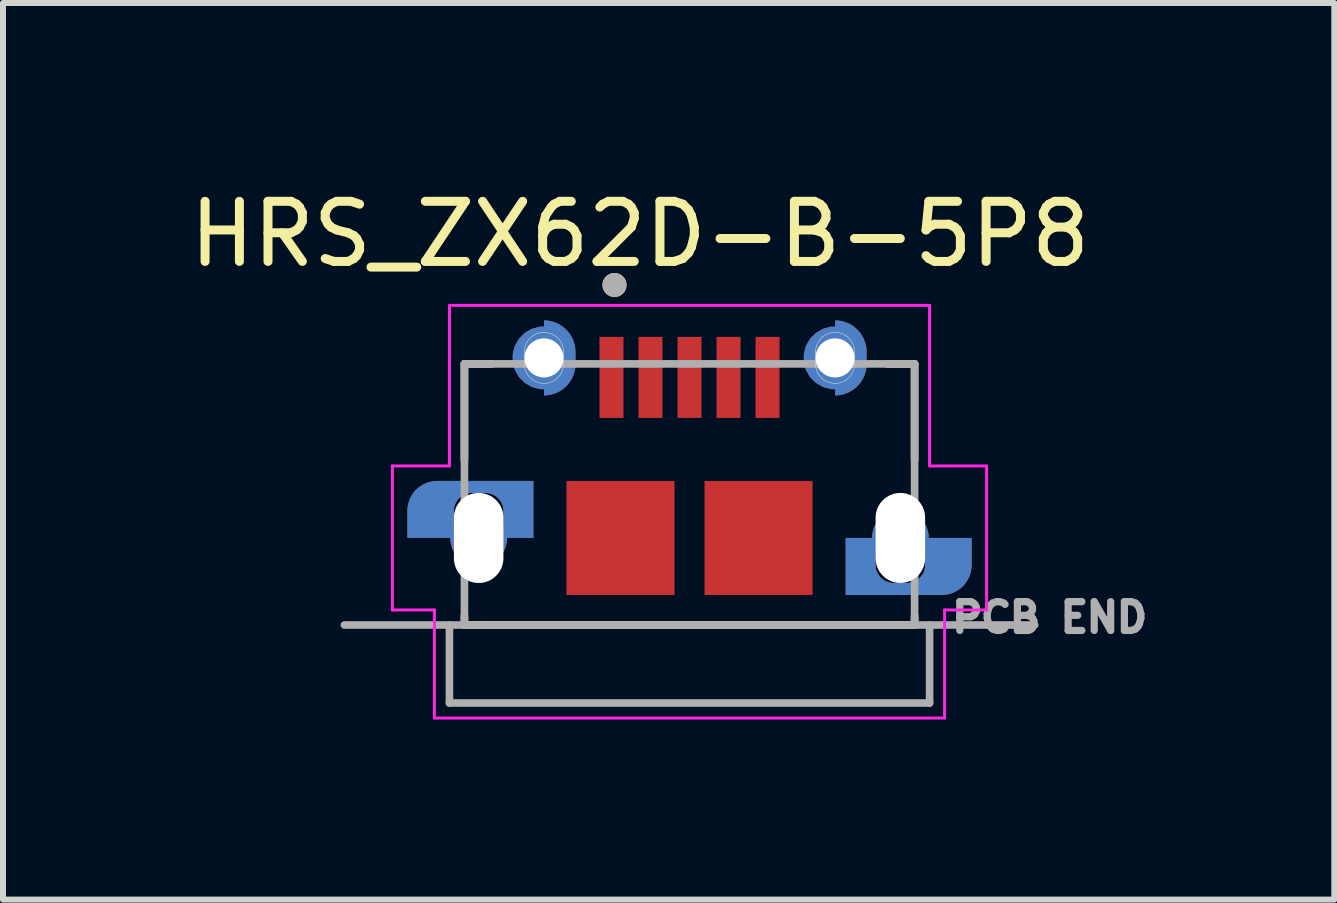
<source format=kicad_pcb>
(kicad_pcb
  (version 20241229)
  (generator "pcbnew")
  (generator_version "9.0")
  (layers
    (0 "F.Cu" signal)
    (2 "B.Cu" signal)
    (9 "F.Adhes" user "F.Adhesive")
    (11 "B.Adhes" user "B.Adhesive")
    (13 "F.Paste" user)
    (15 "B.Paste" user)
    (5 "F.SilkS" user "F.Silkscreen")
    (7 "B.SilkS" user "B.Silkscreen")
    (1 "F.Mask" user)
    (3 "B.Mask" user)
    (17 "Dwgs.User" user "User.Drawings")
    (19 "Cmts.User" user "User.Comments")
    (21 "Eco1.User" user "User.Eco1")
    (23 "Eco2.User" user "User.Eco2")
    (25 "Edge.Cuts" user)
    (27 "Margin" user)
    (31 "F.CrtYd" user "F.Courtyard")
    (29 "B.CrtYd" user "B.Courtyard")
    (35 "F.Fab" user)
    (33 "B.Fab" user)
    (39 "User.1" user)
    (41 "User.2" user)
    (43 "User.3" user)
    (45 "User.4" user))
  (footprint "HRS_ZX62D-B-5P8"
    (layer "F.Cu")
    (at 8.438 5.838)
    (property "Reference" "HRS_ZX62D-B-5P8" (at -0.826 -4.988 0) (layer "F.SilkS") (effects (font (size 1.001 1.001) (thickness 0.15))))
    (attr smd)
    (fp_poly (pts (xy -4.801 -0.975) (xy -2.5 -0.975) (xy -2.5 1.126) (xy -4.801 1.126)) (stroke (width 0.01) (type solid)) (fill yes) (layer "F.Mask"))
    (fp_poly (pts (xy -3.051 -3.65) (xy -1.8 -3.65) (xy -1.8 -2.2) (xy -3.051 -2.2)) (stroke (width 0.01) (type solid)) (fill yes) (layer "F.Mask"))
    (fp_poly (pts (xy 1.802 -3.65) (xy 3.05 -3.65) (xy 3.05 -2.2) (xy 1.802 -2.2)) (stroke (width 0.01) (type solid)) (fill yes) (layer "F.Mask"))
    (fp_poly (pts (xy 2.502 -0.975) (xy 4.8 -0.975) (xy 4.8 1.128) (xy 2.502 1.128)) (stroke (width 0.01) (type solid)) (fill yes) (layer "F.Mask"))
    (fp_poly (pts (xy -4.801 -0.975) (xy -2.5 -0.975) (xy -2.5 1.126) (xy -4.801 1.126)) (stroke (width 0.01) (type solid)) (fill yes) (layer "B.Mask"))
    (fp_poly (pts (xy -3.051 -3.65) (xy -1.8 -3.65) (xy -1.8 -2.2) (xy -3.051 -2.2)) (stroke (width 0.01) (type solid)) (fill yes) (layer "B.Mask"))
    (fp_poly (pts (xy 1.802 -3.65) (xy 3.05 -3.65) (xy 3.05 -2.2) (xy 1.802 -2.2)) (stroke (width 0.01) (type solid)) (fill yes) (layer "B.Mask"))
    (fp_poly (pts (xy 2.502 -0.975) (xy 4.8 -0.975) (xy 4.8 1.128) (xy 2.502 1.128)) (stroke (width 0.01) (type solid)) (fill yes) (layer "B.Mask"))
    (fp_line (start -3.75 -2.825) (end -3.3 -2.825) (stroke (width 0.127) (type solid)) (layer "F.SilkS"))
    (fp_line (start -3.75 -1.225) (end -3.75 -2.825) (stroke (width 0.127) (type solid)) (layer "F.SilkS"))
    (fp_line (start -3.75 1.525) (end -3.75 1.375) (stroke (width 0.127) (type solid)) (layer "F.SilkS"))
    (fp_line (start -3.75 1.525) (end 3.75 1.525) (stroke (width 0.127) (type solid)) (layer "F.SilkS"))
    (fp_line (start 3.3 -2.825) (end 3.75 -2.825) (stroke (width 0.127) (type solid)) (layer "F.SilkS"))
    (fp_line (start 3.75 -2.825) (end 3.75 -1.225) (stroke (width 0.127) (type solid)) (layer "F.SilkS"))
    (fp_line (start 3.75 1.525) (end 3.75 1.375) (stroke (width 0.127) (type solid)) (layer "F.SilkS"))
    (fp_circle (center -1.25 -4.14) (end -1.15 -4.14) (stroke (width 0.2) (type solid)) (fill no) (layer "F.SilkS"))
    (fp_poly (pts (xy -3.1 0.075) (xy -2.6 0.075) (xy -2.6 1.025) (xy -4.2 1.025) (xy -4.226 1.024) (xy -4.252 1.022) (xy -4.278 1.019) (xy -4.304 1.014) (xy -4.329 1.008) (xy -4.355 1.001) (xy -4.379 0.992) (xy -4.403 0.982) (xy -4.427 0.971) (xy -4.45 0.958) (xy -4.472 0.944) (xy -4.494 0.93) (xy -4.515 0.914) (xy -4.535 0.897) (xy -4.554 0.879) (xy -4.572 0.86) (xy -4.589 0.84) (xy -4.605 0.819) (xy -4.619 0.797) (xy -4.633 0.775) (xy -4.646 0.752) (xy -4.657 0.728) (xy -4.667 0.704) (xy -4.676 0.68) (xy -4.683 0.654) (xy -4.689 0.629) (xy -4.694 0.603) (xy -4.697 0.577) (xy -4.699 0.551) (xy -4.7 0.525) (xy -4.7 0.075) (xy -3.925 0.075) (xy -3.925 0.55) (xy -3.925 0.564) (xy -3.923 0.579) (xy -3.922 0.593) (xy -3.919 0.607) (xy -3.916 0.621) (xy -3.912 0.635) (xy -3.907 0.649) (xy -3.901 0.662) (xy -3.895 0.675) (xy -3.888 0.688) (xy -3.881 0.7) (xy -3.872 0.712) (xy -3.864 0.723) (xy -3.854 0.734) (xy -3.844 0.744) (xy -3.834 0.754) (xy -3.823 0.764) (xy -3.812 0.772) (xy -3.8 0.781) (xy -3.787 0.788) (xy -3.775 0.795) (xy -3.762 0.801) (xy -3.749 0.807) (xy -3.735 0.812) (xy -3.721 0.816) (xy -3.707 0.819) (xy -3.693 0.822) (xy -3.679 0.823) (xy -3.664 0.825) (xy -3.65 0.825) (xy -3.4 0.825) (xy -3.384 0.825) (xy -3.369 0.823) (xy -3.353 0.821) (xy -3.338 0.818) (xy -3.322 0.815) (xy -3.307 0.81) (xy -3.292 0.805) (xy -3.278 0.799) (xy -3.264 0.792) (xy -3.25 0.785) (xy -3.237 0.777) (xy -3.224 0.768) (xy -3.211 0.758) (xy -3.199 0.748) (xy -3.188 0.737) (xy -3.177 0.726) (xy -3.167 0.714) (xy -3.157 0.701) (xy -3.148 0.688) (xy -3.14 0.675) (xy -3.133 0.661) (xy -3.126 0.647) (xy -3.12 0.633) (xy -3.115 0.618) (xy -3.11 0.603) (xy -3.107 0.587) (xy -3.104 0.572) (xy -3.102 0.556) (xy -3.1 0.541) (xy -3.1 0.525) (xy -3.1 0.075)) (stroke (width 0.0001) (type solid)) (fill yes) (layer "F.Paste"))
    (fp_poly (pts (xy -2.6 -0.875) (xy -4.2 -0.875) (xy -4.226 -0.874) (xy -4.252 -0.872) (xy -4.278 -0.869) (xy -4.304 -0.864) (xy -4.329 -0.858) (xy -4.355 -0.851) (xy -4.379 -0.842) (xy -4.403 -0.832) (xy -4.427 -0.821) (xy -4.45 -0.808) (xy -4.472 -0.794) (xy -4.494 -0.78) (xy -4.515 -0.764) (xy -4.535 -0.747) (xy -4.554 -0.729) (xy -4.572 -0.71) (xy -4.589 -0.69) (xy -4.605 -0.669) (xy -4.619 -0.647) (xy -4.633 -0.625) (xy -4.646 -0.602) (xy -4.657 -0.578) (xy -4.667 -0.554) (xy -4.676 -0.53) (xy -4.683 -0.504) (xy -4.689 -0.479) (xy -4.694 -0.453) (xy -4.697 -0.427) (xy -4.699 -0.401) (xy -4.7 -0.375) (xy -4.7 0.075) (xy -3.925 0.075) (xy -3.925 -0.375) (xy -3.925 -0.391) (xy -3.923 -0.406) (xy -3.921 -0.422) (xy -3.918 -0.437) (xy -3.915 -0.453) (xy -3.91 -0.468) (xy -3.905 -0.483) (xy -3.899 -0.497) (xy -3.892 -0.511) (xy -3.885 -0.525) (xy -3.877 -0.538) (xy -3.868 -0.551) (xy -3.858 -0.564) (xy -3.848 -0.576) (xy -3.837 -0.587) (xy -3.826 -0.598) (xy -3.814 -0.608) (xy -3.801 -0.618) (xy -3.788 -0.627) (xy -3.775 -0.635) (xy -3.761 -0.642) (xy -3.747 -0.649) (xy -3.733 -0.655) (xy -3.718 -0.66) (xy -3.703 -0.665) (xy -3.687 -0.668) (xy -3.672 -0.671) (xy -3.656 -0.673) (xy -3.641 -0.675) (xy -3.625 -0.675) (xy -3.4 -0.675) (xy -3.384 -0.675) (xy -3.369 -0.673) (xy -3.353 -0.671) (xy -3.338 -0.668) (xy -3.322 -0.665) (xy -3.307 -0.66) (xy -3.292 -0.655) (xy -3.278 -0.649) (xy -3.264 -0.642) (xy -3.25 -0.635) (xy -3.237 -0.627) (xy -3.224 -0.618) (xy -3.211 -0.608) (xy -3.199 -0.598) (xy -3.188 -0.587) (xy -3.177 -0.576) (xy -3.167 -0.564) (xy -3.157 -0.551) (xy -3.148 -0.538) (xy -3.14 -0.525) (xy -3.133 -0.511) (xy -3.126 -0.497) (xy -3.12 -0.483) (xy -3.115 -0.468) (xy -3.11 -0.453) (xy -3.107 -0.437) (xy -3.104 -0.422) (xy -3.102 -0.406) (xy -3.1 -0.391) (xy -3.1 -0.375) (xy -3.1 0.075) (xy -2.6 0.075) (xy -2.6 -0.875)) (stroke (width 0.0001) (type solid)) (fill yes) (layer "F.Paste"))
    (fp_poly (pts (xy 2.6 1.025) (xy 4.2 1.025) (xy 4.226 1.024) (xy 4.252 1.022) (xy 4.278 1.019) (xy 4.304 1.014) (xy 4.329 1.008) (xy 4.355 1.001) (xy 4.379 0.992) (xy 4.403 0.982) (xy 4.427 0.971) (xy 4.45 0.958) (xy 4.472 0.944) (xy 4.494 0.93) (xy 4.515 0.914) (xy 4.535 0.897) (xy 4.554 0.879) (xy 4.572 0.86) (xy 4.589 0.84) (xy 4.605 0.819) (xy 4.619 0.797) (xy 4.633 0.775) (xy 4.646 0.752) (xy 4.657 0.728) (xy 4.667 0.704) (xy 4.676 0.68) (xy 4.683 0.654) (xy 4.689 0.629) (xy 4.694 0.603) (xy 4.697 0.577) (xy 4.699 0.551) (xy 4.7 0.525) (xy 4.7 0.075) (xy 3.925 0.075) (xy 3.925 0.525) (xy 3.925 0.541) (xy 3.923 0.556) (xy 3.921 0.572) (xy 3.918 0.587) (xy 3.915 0.603) (xy 3.91 0.618) (xy 3.905 0.633) (xy 3.899 0.647) (xy 3.892 0.661) (xy 3.885 0.675) (xy 3.877 0.688) (xy 3.868 0.701) (xy 3.858 0.714) (xy 3.848 0.726) (xy 3.837 0.737) (xy 3.826 0.748) (xy 3.814 0.758) (xy 3.801 0.768) (xy 3.788 0.777) (xy 3.775 0.785) (xy 3.761 0.792) (xy 3.747 0.799) (xy 3.733 0.805) (xy 3.718 0.81) (xy 3.703 0.815) (xy 3.687 0.818) (xy 3.672 0.821) (xy 3.656 0.823) (xy 3.641 0.825) (xy 3.625 0.825) (xy 3.4 0.825) (xy 3.384 0.825) (xy 3.369 0.823) (xy 3.353 0.821) (xy 3.338 0.818) (xy 3.322 0.815) (xy 3.307 0.81) (xy 3.292 0.805) (xy 3.278 0.799) (xy 3.264 0.792) (xy 3.25 0.785) (xy 3.237 0.777) (xy 3.224 0.768) (xy 3.211 0.758) (xy 3.199 0.748) (xy 3.188 0.737) (xy 3.177 0.726) (xy 3.167 0.714) (xy 3.157 0.701) (xy 3.148 0.688) (xy 3.14 0.675) (xy 3.133 0.661) (xy 3.126 0.647) (xy 3.12 0.633) (xy 3.115 0.618) (xy 3.11 0.603) (xy 3.107 0.587) (xy 3.104 0.572) (xy 3.102 0.556) (xy 3.1 0.541) (xy 3.1 0.525) (xy 3.1 0.075) (xy 2.6 0.075) (xy 2.6 1.025)) (stroke (width 0.0001) (type solid)) (fill yes) (layer "F.Paste"))
    (fp_poly (pts (xy 3.1 0.075) (xy 2.6 0.075) (xy 2.6 -0.875) (xy 4.2 -0.875) (xy 4.226 -0.874) (xy 4.252 -0.872) (xy 4.278 -0.869) (xy 4.304 -0.864) (xy 4.329 -0.858) (xy 4.355 -0.851) (xy 4.379 -0.842) (xy 4.403 -0.832) (xy 4.427 -0.821) (xy 4.45 -0.808) (xy 4.472 -0.794) (xy 4.494 -0.78) (xy 4.515 -0.764) (xy 4.535 -0.747) (xy 4.554 -0.729) (xy 4.572 -0.71) (xy 4.589 -0.69) (xy 4.605 -0.669) (xy 4.619 -0.647) (xy 4.633 -0.625) (xy 4.646 -0.602) (xy 4.657 -0.578) (xy 4.667 -0.554) (xy 4.676 -0.53) (xy 4.683 -0.504) (xy 4.689 -0.479) (xy 4.694 -0.453) (xy 4.697 -0.427) (xy 4.699 -0.401) (xy 4.7 -0.375) (xy 4.7 0.075) (xy 3.925 0.075) (xy 3.925 -0.4) (xy 3.925 -0.414) (xy 3.923 -0.429) (xy 3.922 -0.443) (xy 3.919 -0.457) (xy 3.916 -0.471) (xy 3.912 -0.485) (xy 3.907 -0.499) (xy 3.901 -0.512) (xy 3.895 -0.525) (xy 3.888 -0.538) (xy 3.881 -0.55) (xy 3.872 -0.562) (xy 3.864 -0.573) (xy 3.854 -0.584) (xy 3.844 -0.594) (xy 3.834 -0.604) (xy 3.823 -0.614) (xy 3.812 -0.622) (xy 3.8 -0.631) (xy 3.787 -0.638) (xy 3.775 -0.645) (xy 3.762 -0.651) (xy 3.749 -0.657) (xy 3.735 -0.662) (xy 3.721 -0.666) (xy 3.707 -0.669) (xy 3.693 -0.672) (xy 3.679 -0.673) (xy 3.664 -0.675) (xy 3.65 -0.675) (xy 3.4 -0.675) (xy 3.384 -0.675) (xy 3.369 -0.673) (xy 3.353 -0.671) (xy 3.338 -0.668) (xy 3.322 -0.665) (xy 3.307 -0.66) (xy 3.292 -0.655) (xy 3.278 -0.649) (xy 3.264 -0.642) (xy 3.25 -0.635) (xy 3.237 -0.627) (xy 3.224 -0.618) (xy 3.211 -0.608) (xy 3.199 -0.598) (xy 3.188 -0.587) (xy 3.177 -0.576) (xy 3.167 -0.564) (xy 3.157 -0.551) (xy 3.148 -0.538) (xy 3.14 -0.525) (xy 3.133 -0.511) (xy 3.126 -0.497) (xy 3.12 -0.483) (xy 3.115 -0.468) (xy 3.11 -0.453) (xy 3.107 -0.437) (xy 3.104 -0.422) (xy 3.102 -0.406) (xy 3.1 -0.391) (xy 3.1 -0.375) (xy 3.1 0.075)) (stroke (width 0.0001) (type solid)) (fill yes) (layer "F.Paste"))
    (fp_poly (pts (xy -2.425 -3.35) (xy -2.425 -3.55) (xy -2.398 -3.549) (xy -2.37 -3.547) (xy -2.343 -3.544) (xy -2.316 -3.539) (xy -2.289 -3.532) (xy -2.263 -3.524) (xy -2.237 -3.515) (xy -2.211 -3.505) (xy -2.187 -3.493) (xy -2.162 -3.48) (xy -2.139 -3.465) (xy -2.116 -3.45) (xy -2.095 -3.433) (xy -2.074 -3.415) (xy -2.054 -3.396) (xy -2.035 -3.376) (xy -2.017 -3.355) (xy -2 -3.334) (xy -1.985 -3.311) (xy -1.97 -3.287) (xy -1.957 -3.263) (xy -1.945 -3.239) (xy -1.935 -3.213) (xy -1.926 -3.187) (xy -1.918 -3.161) (xy -1.911 -3.134) (xy -1.906 -3.107) (xy -1.903 -3.08) (xy -1.901 -3.052) (xy -1.9 -3.025) (xy -1.9 -2.825) (xy -1.901 -2.798) (xy -1.903 -2.77) (xy -1.906 -2.743) (xy -1.911 -2.716) (xy -1.918 -2.689) (xy -1.926 -2.663) (xy -1.935 -2.637) (xy -1.945 -2.611) (xy -1.957 -2.587) (xy -1.97 -2.562) (xy -1.985 -2.539) (xy -2 -2.516) (xy -2.017 -2.495) (xy -2.035 -2.474) (xy -2.054 -2.454) (xy -2.074 -2.435) (xy -2.095 -2.417) (xy -2.116 -2.4) (xy -2.139 -2.385) (xy -2.162 -2.37) (xy -2.187 -2.357) (xy -2.211 -2.345) (xy -2.237 -2.335) (xy -2.263 -2.326) (xy -2.289 -2.318) (xy -2.316 -2.311) (xy -2.343 -2.306) (xy -2.37 -2.303) (xy -2.398 -2.301) (xy -2.425 -2.3) (xy -2.425 -2.5) (xy -2.408 -2.5) (xy -2.391 -2.502) (xy -2.374 -2.504) (xy -2.357 -2.507) (xy -2.341 -2.511) (xy -2.325 -2.516) (xy -2.309 -2.522) (xy -2.293 -2.528) (xy -2.277 -2.535) (xy -2.263 -2.544) (xy -2.248 -2.552) (xy -2.234 -2.562) (xy -2.22 -2.572) (xy -2.208 -2.583) (xy -2.195 -2.595) (xy -2.183 -2.608) (xy -2.172 -2.62) (xy -2.162 -2.634) (xy -2.152 -2.648) (xy -2.144 -2.663) (xy -2.135 -2.677) (xy -2.128 -2.693) (xy -2.122 -2.709) (xy -2.116 -2.725) (xy -2.111 -2.741) (xy -2.107 -2.757) (xy -2.104 -2.774) (xy -2.102 -2.791) (xy -2.1 -2.808) (xy -2.1 -2.825) (xy -2.1 -3.025) (xy -2.1 -3.042) (xy -2.102 -3.059) (xy -2.104 -3.076) (xy -2.107 -3.093) (xy -2.111 -3.109) (xy -2.116 -3.125) (xy -2.122 -3.141) (xy -2.128 -3.157) (xy -2.135 -3.173) (xy -2.144 -3.188) (xy -2.152 -3.202) (xy -2.162 -3.216) (xy -2.172 -3.23) (xy -2.183 -3.242) (xy -2.195 -3.255) (xy -2.208 -3.267) (xy -2.22 -3.278) (xy -2.234 -3.288) (xy -2.248 -3.298) (xy -2.263 -3.306) (xy -2.277 -3.315) (xy -2.293 -3.322) (xy -2.309 -3.328) (xy -2.325 -3.334) (xy -2.341 -3.339) (xy -2.357 -3.343) (xy -2.374 -3.346) (xy -2.391 -3.348) (xy -2.408 -3.35) (xy -2.425 -3.35)) (stroke (width 0.0001) (type solid)) (fill yes) (layer "F.Paste"))
    (fp_poly (pts (xy -2.425 -2.5) (xy -2.425 -2.3) (xy -2.452 -2.301) (xy -2.48 -2.303) (xy -2.507 -2.306) (xy -2.534 -2.311) (xy -2.561 -2.318) (xy -2.587 -2.326) (xy -2.613 -2.335) (xy -2.639 -2.345) (xy -2.663 -2.357) (xy -2.688 -2.37) (xy -2.711 -2.385) (xy -2.734 -2.4) (xy -2.755 -2.417) (xy -2.776 -2.435) (xy -2.796 -2.454) (xy -2.815 -2.474) (xy -2.833 -2.495) (xy -2.85 -2.516) (xy -2.865 -2.539) (xy -2.88 -2.563) (xy -2.893 -2.587) (xy -2.905 -2.611) (xy -2.915 -2.637) (xy -2.924 -2.663) (xy -2.932 -2.689) (xy -2.939 -2.716) (xy -2.944 -2.743) (xy -2.947 -2.77) (xy -2.949 -2.798) (xy -2.95 -2.825) (xy -2.95 -3.025) (xy -2.949 -3.052) (xy -2.947 -3.08) (xy -2.944 -3.107) (xy -2.939 -3.134) (xy -2.932 -3.161) (xy -2.924 -3.187) (xy -2.915 -3.213) (xy -2.905 -3.239) (xy -2.893 -3.263) (xy -2.88 -3.287) (xy -2.865 -3.311) (xy -2.85 -3.334) (xy -2.833 -3.355) (xy -2.815 -3.376) (xy -2.796 -3.396) (xy -2.776 -3.415) (xy -2.755 -3.433) (xy -2.734 -3.45) (xy -2.711 -3.465) (xy -2.688 -3.48) (xy -2.663 -3.493) (xy -2.639 -3.505) (xy -2.613 -3.515) (xy -2.587 -3.524) (xy -2.561 -3.532) (xy -2.534 -3.539) (xy -2.507 -3.544) (xy -2.48 -3.547) (xy -2.452 -3.549) (xy -2.425 -3.55) (xy -2.425 -3.35) (xy -2.442 -3.35) (xy -2.459 -3.348) (xy -2.476 -3.346) (xy -2.493 -3.343) (xy -2.509 -3.339) (xy -2.525 -3.334) (xy -2.541 -3.328) (xy -2.557 -3.322) (xy -2.573 -3.315) (xy -2.587 -3.306) (xy -2.602 -3.298) (xy -2.616 -3.288) (xy -2.63 -3.278) (xy -2.642 -3.267) (xy -2.655 -3.255) (xy -2.667 -3.242) (xy -2.678 -3.23) (xy -2.688 -3.216) (xy -2.698 -3.202) (xy -2.706 -3.188) (xy -2.715 -3.173) (xy -2.722 -3.157) (xy -2.728 -3.141) (xy -2.734 -3.125) (xy -2.739 -3.109) (xy -2.743 -3.093) (xy -2.746 -3.076) (xy -2.748 -3.059) (xy -2.75 -3.042) (xy -2.75 -3.025) (xy -2.75 -2.825) (xy -2.75 -2.808) (xy -2.748 -2.791) (xy -2.746 -2.774) (xy -2.743 -2.757) (xy -2.739 -2.741) (xy -2.734 -2.725) (xy -2.728 -2.709) (xy -2.722 -2.693) (xy -2.715 -2.677) (xy -2.706 -2.663) (xy -2.698 -2.648) (xy -2.688 -2.634) (xy -2.678 -2.62) (xy -2.667 -2.608) (xy -2.655 -2.595) (xy -2.642 -2.583) (xy -2.63 -2.572) (xy -2.616 -2.562) (xy -2.602 -2.552) (xy -2.587 -2.544) (xy -2.573 -2.535) (xy -2.557 -2.528) (xy -2.541 -2.522) (xy -2.525 -2.516) (xy -2.509 -2.511) (xy -2.493 -2.507) (xy -2.476 -2.504) (xy -2.459 -2.502) (xy -2.442 -2.5) (xy -2.425 -2.5)) (stroke (width 0.0001) (type solid)) (fill yes) (layer "F.Paste"))
    (fp_poly (pts (xy 2.425 -3.35) (xy 2.425 -3.55) (xy 2.452 -3.549) (xy 2.48 -3.547) (xy 2.507 -3.544) (xy 2.534 -3.539) (xy 2.561 -3.532) (xy 2.587 -3.524) (xy 2.613 -3.515) (xy 2.639 -3.505) (xy 2.663 -3.493) (xy 2.688 -3.48) (xy 2.711 -3.465) (xy 2.734 -3.45) (xy 2.755 -3.433) (xy 2.776 -3.415) (xy 2.796 -3.396) (xy 2.815 -3.376) (xy 2.833 -3.355) (xy 2.85 -3.334) (xy 2.865 -3.311) (xy 2.88 -3.287) (xy 2.893 -3.263) (xy 2.905 -3.239) (xy 2.915 -3.213) (xy 2.924 -3.187) (xy 2.932 -3.161) (xy 2.939 -3.134) (xy 2.944 -3.107) (xy 2.947 -3.08) (xy 2.949 -3.052) (xy 2.95 -3.025) (xy 2.95 -2.825) (xy 2.949 -2.798) (xy 2.947 -2.77) (xy 2.944 -2.743) (xy 2.939 -2.716) (xy 2.932 -2.689) (xy 2.924 -2.663) (xy 2.915 -2.637) (xy 2.905 -2.611) (xy 2.893 -2.587) (xy 2.88 -2.563) (xy 2.865 -2.539) (xy 2.85 -2.516) (xy 2.833 -2.495) (xy 2.815 -2.474) (xy 2.796 -2.454) (xy 2.776 -2.435) (xy 2.755 -2.417) (xy 2.734 -2.4) (xy 2.711 -2.385) (xy 2.688 -2.37) (xy 2.663 -2.357) (xy 2.639 -2.345) (xy 2.613 -2.335) (xy 2.587 -2.326) (xy 2.561 -2.318) (xy 2.534 -2.311) (xy 2.507 -2.306) (xy 2.48 -2.303) (xy 2.452 -2.301) (xy 2.425 -2.3) (xy 2.425 -2.5) (xy 2.442 -2.5) (xy 2.459 -2.502) (xy 2.476 -2.504) (xy 2.493 -2.507) (xy 2.509 -2.511) (xy 2.525 -2.516) (xy 2.541 -2.522) (xy 2.557 -2.528) (xy 2.573 -2.535) (xy 2.587 -2.544) (xy 2.602 -2.552) (xy 2.616 -2.562) (xy 2.63 -2.572) (xy 2.642 -2.583) (xy 2.655 -2.595) (xy 2.667 -2.608) (xy 2.678 -2.62) (xy 2.688 -2.634) (xy 2.698 -2.648) (xy 2.706 -2.663) (xy 2.715 -2.677) (xy 2.722 -2.693) (xy 2.728 -2.709) (xy 2.734 -2.725) (xy 2.739 -2.741) (xy 2.743 -2.757) (xy 2.746 -2.774) (xy 2.748 -2.791) (xy 2.75 -2.808) (xy 2.75 -2.825) (xy 2.75 -3.025) (xy 2.75 -3.042) (xy 2.748 -3.059) (xy 2.746 -3.076) (xy 2.743 -3.093) (xy 2.739 -3.109) (xy 2.734 -3.125) (xy 2.728 -3.141) (xy 2.722 -3.157) (xy 2.715 -3.173) (xy 2.706 -3.188) (xy 2.698 -3.202) (xy 2.688 -3.216) (xy 2.678 -3.23) (xy 2.667 -3.242) (xy 2.655 -3.255) (xy 2.642 -3.267) (xy 2.63 -3.278) (xy 2.616 -3.288) (xy 2.602 -3.298) (xy 2.587 -3.306) (xy 2.573 -3.315) (xy 2.557 -3.322) (xy 2.541 -3.328) (xy 2.525 -3.334) (xy 2.509 -3.339) (xy 2.493 -3.343) (xy 2.476 -3.346) (xy 2.459 -3.348) (xy 2.442 -3.35) (xy 2.425 -3.35)) (stroke (width 0.0001) (type solid)) (fill yes) (layer "F.Paste"))
    (fp_poly (pts (xy 2.425 -2.5) (xy 2.425 -2.3) (xy 2.398 -2.301) (xy 2.37 -2.303) (xy 2.343 -2.306) (xy 2.316 -2.311) (xy 2.289 -2.318) (xy 2.263 -2.326) (xy 2.237 -2.335) (xy 2.211 -2.345) (xy 2.187 -2.357) (xy 2.162 -2.37) (xy 2.139 -2.385) (xy 2.116 -2.4) (xy 2.095 -2.417) (xy 2.074 -2.435) (xy 2.054 -2.454) (xy 2.035 -2.474) (xy 2.017 -2.495) (xy 2 -2.516) (xy 1.985 -2.539) (xy 1.97 -2.562) (xy 1.957 -2.587) (xy 1.945 -2.611) (xy 1.935 -2.637) (xy 1.926 -2.663) (xy 1.918 -2.689) (xy 1.911 -2.716) (xy 1.906 -2.743) (xy 1.903 -2.77) (xy 1.901 -2.798) (xy 1.9 -2.825) (xy 1.9 -3.025) (xy 1.901 -3.052) (xy 1.903 -3.08) (xy 1.906 -3.107) (xy 1.911 -3.134) (xy 1.918 -3.161) (xy 1.926 -3.187) (xy 1.935 -3.213) (xy 1.945 -3.239) (xy 1.957 -3.263) (xy 1.97 -3.287) (xy 1.985 -3.311) (xy 2 -3.334) (xy 2.017 -3.355) (xy 2.035 -3.376) (xy 2.054 -3.396) (xy 2.074 -3.415) (xy 2.095 -3.433) (xy 2.116 -3.45) (xy 2.139 -3.465) (xy 2.163 -3.48) (xy 2.187 -3.493) (xy 2.211 -3.505) (xy 2.237 -3.515) (xy 2.263 -3.524) (xy 2.289 -3.532) (xy 2.316 -3.539) (xy 2.343 -3.544) (xy 2.37 -3.547) (xy 2.398 -3.549) (xy 2.425 -3.55) (xy 2.425 -3.35) (xy 2.408 -3.35) (xy 2.391 -3.348) (xy 2.374 -3.346) (xy 2.357 -3.343) (xy 2.341 -3.339) (xy 2.325 -3.334) (xy 2.309 -3.328) (xy 2.293 -3.322) (xy 2.277 -3.315) (xy 2.263 -3.306) (xy 2.248 -3.298) (xy 2.234 -3.288) (xy 2.22 -3.278) (xy 2.208 -3.267) (xy 2.195 -3.255) (xy 2.183 -3.242) (xy 2.172 -3.23) (xy 2.162 -3.216) (xy 2.152 -3.202) (xy 2.144 -3.188) (xy 2.135 -3.173) (xy 2.128 -3.157) (xy 2.122 -3.141) (xy 2.116 -3.125) (xy 2.111 -3.109) (xy 2.107 -3.093) (xy 2.104 -3.076) (xy 2.102 -3.059) (xy 2.1 -3.042) (xy 2.1 -3.025) (xy 2.1 -2.825) (xy 2.1 -2.808) (xy 2.102 -2.791) (xy 2.104 -2.774) (xy 2.107 -2.757) (xy 2.111 -2.741) (xy 2.116 -2.725) (xy 2.122 -2.709) (xy 2.128 -2.693) (xy 2.135 -2.677) (xy 2.144 -2.663) (xy 2.152 -2.648) (xy 2.162 -2.634) (xy 2.172 -2.62) (xy 2.183 -2.608) (xy 2.195 -2.595) (xy 2.208 -2.583) (xy 2.22 -2.572) (xy 2.234 -2.562) (xy 2.248 -2.552) (xy 2.263 -2.544) (xy 2.277 -2.535) (xy 2.293 -2.528) (xy 2.309 -2.522) (xy 2.325 -2.516) (xy 2.341 -2.511) (xy 2.357 -2.507) (xy 2.374 -2.504) (xy 2.391 -2.502) (xy 2.408 -2.5) (xy 2.425 -2.5)) (stroke (width 0.0001) (type solid)) (fill yes) (layer "F.Paste"))
    (fp_poly (pts (xy -3.1 0.075) (xy -2.6 0.075) (xy -2.6 1.025) (xy -4.2 1.025) (xy -4.226 1.024) (xy -4.252 1.022) (xy -4.278 1.019) (xy -4.304 1.014) (xy -4.329 1.008) (xy -4.355 1.001) (xy -4.379 0.992) (xy -4.403 0.982) (xy -4.427 0.971) (xy -4.45 0.958) (xy -4.472 0.944) (xy -4.494 0.93) (xy -4.515 0.914) (xy -4.535 0.897) (xy -4.554 0.879) (xy -4.572 0.86) (xy -4.589 0.84) (xy -4.605 0.819) (xy -4.619 0.797) (xy -4.633 0.775) (xy -4.646 0.752) (xy -4.657 0.728) (xy -4.667 0.704) (xy -4.676 0.68) (xy -4.683 0.654) (xy -4.689 0.629) (xy -4.694 0.603) (xy -4.697 0.577) (xy -4.699 0.551) (xy -4.7 0.525) (xy -4.7 0.075) (xy -3.925 0.075) (xy -3.925 0.55) (xy -3.925 0.564) (xy -3.923 0.579) (xy -3.922 0.593) (xy -3.919 0.607) (xy -3.916 0.621) (xy -3.912 0.635) (xy -3.907 0.649) (xy -3.901 0.662) (xy -3.895 0.675) (xy -3.888 0.688) (xy -3.881 0.7) (xy -3.872 0.712) (xy -3.864 0.723) (xy -3.854 0.734) (xy -3.844 0.744) (xy -3.834 0.754) (xy -3.823 0.764) (xy -3.812 0.772) (xy -3.8 0.781) (xy -3.787 0.788) (xy -3.775 0.795) (xy -3.762 0.801) (xy -3.749 0.807) (xy -3.735 0.812) (xy -3.721 0.816) (xy -3.707 0.819) (xy -3.693 0.822) (xy -3.679 0.823) (xy -3.664 0.825) (xy -3.65 0.825) (xy -3.4 0.825) (xy -3.384 0.825) (xy -3.369 0.823) (xy -3.353 0.821) (xy -3.338 0.818) (xy -3.322 0.815) (xy -3.307 0.81) (xy -3.292 0.805) (xy -3.278 0.799) (xy -3.264 0.792) (xy -3.25 0.785) (xy -3.237 0.777) (xy -3.224 0.768) (xy -3.211 0.758) (xy -3.199 0.748) (xy -3.188 0.737) (xy -3.177 0.726) (xy -3.167 0.714) (xy -3.157 0.701) (xy -3.148 0.688) (xy -3.14 0.675) (xy -3.133 0.661) (xy -3.126 0.647) (xy -3.12 0.633) (xy -3.115 0.618) (xy -3.11 0.603) (xy -3.107 0.587) (xy -3.104 0.572) (xy -3.102 0.556) (xy -3.1 0.541) (xy -3.1 0.525) (xy -3.1 0.075)) (stroke (width 0.0001) (type solid)) (fill yes) (layer "B.Paste"))
    (fp_poly (pts (xy -2.6 -0.875) (xy -4.2 -0.875) (xy -4.226 -0.874) (xy -4.252 -0.872) (xy -4.278 -0.869) (xy -4.304 -0.864) (xy -4.329 -0.858) (xy -4.355 -0.851) (xy -4.379 -0.842) (xy -4.403 -0.832) (xy -4.427 -0.821) (xy -4.45 -0.808) (xy -4.472 -0.794) (xy -4.494 -0.78) (xy -4.515 -0.764) (xy -4.535 -0.747) (xy -4.554 -0.729) (xy -4.572 -0.71) (xy -4.589 -0.69) (xy -4.605 -0.669) (xy -4.619 -0.647) (xy -4.633 -0.625) (xy -4.646 -0.602) (xy -4.657 -0.578) (xy -4.667 -0.554) (xy -4.676 -0.53) (xy -4.683 -0.504) (xy -4.689 -0.479) (xy -4.694 -0.453) (xy -4.697 -0.427) (xy -4.699 -0.401) (xy -4.7 -0.375) (xy -4.7 0.075) (xy -3.925 0.075) (xy -3.925 -0.375) (xy -3.925 -0.391) (xy -3.923 -0.406) (xy -3.921 -0.422) (xy -3.918 -0.437) (xy -3.915 -0.453) (xy -3.91 -0.468) (xy -3.905 -0.483) (xy -3.899 -0.497) (xy -3.892 -0.511) (xy -3.885 -0.525) (xy -3.877 -0.538) (xy -3.868 -0.551) (xy -3.858 -0.564) (xy -3.848 -0.576) (xy -3.837 -0.587) (xy -3.826 -0.598) (xy -3.814 -0.608) (xy -3.801 -0.618) (xy -3.788 -0.627) (xy -3.775 -0.635) (xy -3.761 -0.642) (xy -3.747 -0.649) (xy -3.733 -0.655) (xy -3.718 -0.66) (xy -3.703 -0.665) (xy -3.687 -0.668) (xy -3.672 -0.671) (xy -3.656 -0.673) (xy -3.641 -0.675) (xy -3.625 -0.675) (xy -3.4 -0.675) (xy -3.384 -0.675) (xy -3.369 -0.673) (xy -3.353 -0.671) (xy -3.338 -0.668) (xy -3.322 -0.665) (xy -3.307 -0.66) (xy -3.292 -0.655) (xy -3.278 -0.649) (xy -3.264 -0.642) (xy -3.25 -0.635) (xy -3.237 -0.627) (xy -3.224 -0.618) (xy -3.211 -0.608) (xy -3.199 -0.598) (xy -3.188 -0.587) (xy -3.177 -0.576) (xy -3.167 -0.564) (xy -3.157 -0.551) (xy -3.148 -0.538) (xy -3.14 -0.525) (xy -3.133 -0.511) (xy -3.126 -0.497) (xy -3.12 -0.483) (xy -3.115 -0.468) (xy -3.11 -0.453) (xy -3.107 -0.437) (xy -3.104 -0.422) (xy -3.102 -0.406) (xy -3.1 -0.391) (xy -3.1 -0.375) (xy -3.1 0.075) (xy -2.6 0.075) (xy -2.6 -0.875)) (stroke (width 0.0001) (type solid)) (fill yes) (layer "B.Paste"))
    (fp_poly (pts (xy 2.6 1.025) (xy 4.2 1.025) (xy 4.226 1.024) (xy 4.252 1.022) (xy 4.278 1.019) (xy 4.304 1.014) (xy 4.329 1.008) (xy 4.355 1.001) (xy 4.379 0.992) (xy 4.403 0.982) (xy 4.427 0.971) (xy 4.45 0.958) (xy 4.472 0.944) (xy 4.494 0.93) (xy 4.515 0.914) (xy 4.535 0.897) (xy 4.554 0.879) (xy 4.572 0.86) (xy 4.589 0.84) (xy 4.605 0.819) (xy 4.619 0.797) (xy 4.633 0.775) (xy 4.646 0.752) (xy 4.657 0.728) (xy 4.667 0.704) (xy 4.676 0.68) (xy 4.683 0.654) (xy 4.689 0.629) (xy 4.694 0.603) (xy 4.697 0.577) (xy 4.699 0.551) (xy 4.7 0.525) (xy 4.7 0.075) (xy 3.925 0.075) (xy 3.925 0.525) (xy 3.925 0.541) (xy 3.923 0.556) (xy 3.921 0.572) (xy 3.918 0.587) (xy 3.915 0.603) (xy 3.91 0.618) (xy 3.905 0.633) (xy 3.899 0.647) (xy 3.892 0.661) (xy 3.885 0.675) (xy 3.877 0.688) (xy 3.868 0.701) (xy 3.858 0.714) (xy 3.848 0.726) (xy 3.837 0.737) (xy 3.826 0.748) (xy 3.814 0.758) (xy 3.801 0.768) (xy 3.788 0.777) (xy 3.775 0.785) (xy 3.761 0.792) (xy 3.747 0.799) (xy 3.733 0.805) (xy 3.718 0.81) (xy 3.703 0.815) (xy 3.687 0.818) (xy 3.672 0.821) (xy 3.656 0.823) (xy 3.641 0.825) (xy 3.625 0.825) (xy 3.4 0.825) (xy 3.384 0.825) (xy 3.369 0.823) (xy 3.353 0.821) (xy 3.338 0.818) (xy 3.322 0.815) (xy 3.307 0.81) (xy 3.292 0.805) (xy 3.278 0.799) (xy 3.264 0.792) (xy 3.25 0.785) (xy 3.237 0.777) (xy 3.224 0.768) (xy 3.211 0.758) (xy 3.199 0.748) (xy 3.188 0.737) (xy 3.177 0.726) (xy 3.167 0.714) (xy 3.157 0.701) (xy 3.148 0.688) (xy 3.14 0.675) (xy 3.133 0.661) (xy 3.126 0.647) (xy 3.12 0.633) (xy 3.115 0.618) (xy 3.11 0.603) (xy 3.107 0.587) (xy 3.104 0.572) (xy 3.102 0.556) (xy 3.1 0.541) (xy 3.1 0.525) (xy 3.1 0.075) (xy 2.6 0.075) (xy 2.6 1.025)) (stroke (width 0.0001) (type solid)) (fill yes) (layer "B.Paste"))
    (fp_poly (pts (xy 3.1 0.075) (xy 2.6 0.075) (xy 2.6 -0.875) (xy 4.2 -0.875) (xy 4.226 -0.874) (xy 4.252 -0.872) (xy 4.278 -0.869) (xy 4.304 -0.864) (xy 4.329 -0.858) (xy 4.355 -0.851) (xy 4.379 -0.842) (xy 4.403 -0.832) (xy 4.427 -0.821) (xy 4.45 -0.808) (xy 4.472 -0.794) (xy 4.494 -0.78) (xy 4.515 -0.764) (xy 4.535 -0.747) (xy 4.554 -0.729) (xy 4.572 -0.71) (xy 4.589 -0.69) (xy 4.605 -0.669) (xy 4.619 -0.647) (xy 4.633 -0.625) (xy 4.646 -0.602) (xy 4.657 -0.578) (xy 4.667 -0.554) (xy 4.676 -0.53) (xy 4.683 -0.504) (xy 4.689 -0.479) (xy 4.694 -0.453) (xy 4.697 -0.427) (xy 4.699 -0.401) (xy 4.7 -0.375) (xy 4.7 0.075) (xy 3.925 0.075) (xy 3.925 -0.4) (xy 3.925 -0.414) (xy 3.923 -0.429) (xy 3.922 -0.443) (xy 3.919 -0.457) (xy 3.916 -0.471) (xy 3.912 -0.485) (xy 3.907 -0.499) (xy 3.901 -0.512) (xy 3.895 -0.525) (xy 3.888 -0.538) (xy 3.881 -0.55) (xy 3.872 -0.562) (xy 3.864 -0.573) (xy 3.854 -0.584) (xy 3.844 -0.594) (xy 3.834 -0.604) (xy 3.823 -0.614) (xy 3.812 -0.622) (xy 3.8 -0.631) (xy 3.787 -0.638) (xy 3.775 -0.645) (xy 3.762 -0.651) (xy 3.749 -0.657) (xy 3.735 -0.662) (xy 3.721 -0.666) (xy 3.707 -0.669) (xy 3.693 -0.672) (xy 3.679 -0.673) (xy 3.664 -0.675) (xy 3.65 -0.675) (xy 3.4 -0.675) (xy 3.384 -0.675) (xy 3.369 -0.673) (xy 3.353 -0.671) (xy 3.338 -0.668) (xy 3.322 -0.665) (xy 3.307 -0.66) (xy 3.292 -0.655) (xy 3.278 -0.649) (xy 3.264 -0.642) (xy 3.25 -0.635) (xy 3.237 -0.627) (xy 3.224 -0.618) (xy 3.211 -0.608) (xy 3.199 -0.598) (xy 3.188 -0.587) (xy 3.177 -0.576) (xy 3.167 -0.564) (xy 3.157 -0.551) (xy 3.148 -0.538) (xy 3.14 -0.525) (xy 3.133 -0.511) (xy 3.126 -0.497) (xy 3.12 -0.483) (xy 3.115 -0.468) (xy 3.11 -0.453) (xy 3.107 -0.437) (xy 3.104 -0.422) (xy 3.102 -0.406) (xy 3.1 -0.391) (xy 3.1 -0.375) (xy 3.1 0.075)) (stroke (width 0.0001) (type solid)) (fill yes) (layer "B.Paste"))
    (fp_poly (pts (xy -2.425 -3.35) (xy -2.425 -3.55) (xy -2.398 -3.549) (xy -2.37 -3.547) (xy -2.343 -3.544) (xy -2.316 -3.539) (xy -2.289 -3.532) (xy -2.263 -3.524) (xy -2.237 -3.515) (xy -2.211 -3.505) (xy -2.187 -3.493) (xy -2.162 -3.48) (xy -2.139 -3.465) (xy -2.116 -3.45) (xy -2.095 -3.433) (xy -2.074 -3.415) (xy -2.054 -3.396) (xy -2.035 -3.376) (xy -2.017 -3.355) (xy -2 -3.334) (xy -1.985 -3.311) (xy -1.97 -3.287) (xy -1.957 -3.263) (xy -1.945 -3.239) (xy -1.935 -3.213) (xy -1.926 -3.187) (xy -1.918 -3.161) (xy -1.911 -3.134) (xy -1.906 -3.107) (xy -1.903 -3.08) (xy -1.901 -3.052) (xy -1.9 -3.025) (xy -1.9 -2.825) (xy -1.901 -2.798) (xy -1.903 -2.77) (xy -1.906 -2.743) (xy -1.911 -2.716) (xy -1.918 -2.689) (xy -1.926 -2.663) (xy -1.935 -2.637) (xy -1.945 -2.611) (xy -1.957 -2.587) (xy -1.97 -2.562) (xy -1.985 -2.539) (xy -2 -2.516) (xy -2.017 -2.495) (xy -2.035 -2.474) (xy -2.054 -2.454) (xy -2.074 -2.435) (xy -2.095 -2.417) (xy -2.116 -2.4) (xy -2.139 -2.385) (xy -2.162 -2.37) (xy -2.187 -2.357) (xy -2.211 -2.345) (xy -2.237 -2.335) (xy -2.263 -2.326) (xy -2.289 -2.318) (xy -2.316 -2.311) (xy -2.343 -2.306) (xy -2.37 -2.303) (xy -2.398 -2.301) (xy -2.425 -2.3) (xy -2.425 -2.5) (xy -2.408 -2.5) (xy -2.391 -2.502) (xy -2.374 -2.504) (xy -2.357 -2.507) (xy -2.341 -2.511) (xy -2.325 -2.516) (xy -2.309 -2.522) (xy -2.293 -2.528) (xy -2.277 -2.535) (xy -2.263 -2.544) (xy -2.248 -2.552) (xy -2.234 -2.562) (xy -2.22 -2.572) (xy -2.208 -2.583) (xy -2.195 -2.595) (xy -2.183 -2.608) (xy -2.172 -2.62) (xy -2.162 -2.634) (xy -2.152 -2.648) (xy -2.144 -2.663) (xy -2.135 -2.677) (xy -2.128 -2.693) (xy -2.122 -2.709) (xy -2.116 -2.725) (xy -2.111 -2.741) (xy -2.107 -2.757) (xy -2.104 -2.774) (xy -2.102 -2.791) (xy -2.1 -2.808) (xy -2.1 -2.825) (xy -2.1 -3.025) (xy -2.1 -3.042) (xy -2.102 -3.059) (xy -2.104 -3.076) (xy -2.107 -3.093) (xy -2.111 -3.109) (xy -2.116 -3.125) (xy -2.122 -3.141) (xy -2.128 -3.157) (xy -2.135 -3.173) (xy -2.144 -3.188) (xy -2.152 -3.202) (xy -2.162 -3.216) (xy -2.172 -3.23) (xy -2.183 -3.242) (xy -2.195 -3.255) (xy -2.208 -3.267) (xy -2.22 -3.278) (xy -2.234 -3.288) (xy -2.248 -3.298) (xy -2.263 -3.306) (xy -2.277 -3.315) (xy -2.293 -3.322) (xy -2.309 -3.328) (xy -2.325 -3.334) (xy -2.341 -3.339) (xy -2.357 -3.343) (xy -2.374 -3.346) (xy -2.391 -3.348) (xy -2.408 -3.35) (xy -2.425 -3.35)) (stroke (width 0.0001) (type solid)) (fill yes) (layer "B.Paste"))
    (fp_poly (pts (xy -2.425 -2.5) (xy -2.425 -2.3) (xy -2.452 -2.301) (xy -2.48 -2.303) (xy -2.507 -2.306) (xy -2.534 -2.311) (xy -2.561 -2.318) (xy -2.587 -2.326) (xy -2.613 -2.335) (xy -2.639 -2.345) (xy -2.663 -2.357) (xy -2.688 -2.37) (xy -2.711 -2.385) (xy -2.734 -2.4) (xy -2.755 -2.417) (xy -2.776 -2.435) (xy -2.796 -2.454) (xy -2.815 -2.474) (xy -2.833 -2.495) (xy -2.85 -2.516) (xy -2.865 -2.539) (xy -2.88 -2.563) (xy -2.893 -2.587) (xy -2.905 -2.611) (xy -2.915 -2.637) (xy -2.924 -2.663) (xy -2.932 -2.689) (xy -2.939 -2.716) (xy -2.944 -2.743) (xy -2.947 -2.77) (xy -2.949 -2.798) (xy -2.95 -2.825) (xy -2.95 -3.025) (xy -2.949 -3.052) (xy -2.947 -3.08) (xy -2.944 -3.107) (xy -2.939 -3.134) (xy -2.932 -3.161) (xy -2.924 -3.187) (xy -2.915 -3.213) (xy -2.905 -3.239) (xy -2.893 -3.263) (xy -2.88 -3.287) (xy -2.865 -3.311) (xy -2.85 -3.334) (xy -2.833 -3.355) (xy -2.815 -3.376) (xy -2.796 -3.396) (xy -2.776 -3.415) (xy -2.755 -3.433) (xy -2.734 -3.45) (xy -2.711 -3.465) (xy -2.688 -3.48) (xy -2.663 -3.493) (xy -2.639 -3.505) (xy -2.613 -3.515) (xy -2.587 -3.524) (xy -2.561 -3.532) (xy -2.534 -3.539) (xy -2.507 -3.544) (xy -2.48 -3.547) (xy -2.452 -3.549) (xy -2.425 -3.55) (xy -2.425 -3.35) (xy -2.442 -3.35) (xy -2.459 -3.348) (xy -2.476 -3.346) (xy -2.493 -3.343) (xy -2.509 -3.339) (xy -2.525 -3.334) (xy -2.541 -3.328) (xy -2.557 -3.322) (xy -2.573 -3.315) (xy -2.587 -3.306) (xy -2.602 -3.298) (xy -2.616 -3.288) (xy -2.63 -3.278) (xy -2.642 -3.267) (xy -2.655 -3.255) (xy -2.667 -3.242) (xy -2.678 -3.23) (xy -2.688 -3.216) (xy -2.698 -3.202) (xy -2.706 -3.188) (xy -2.715 -3.173) (xy -2.722 -3.157) (xy -2.728 -3.141) (xy -2.734 -3.125) (xy -2.739 -3.109) (xy -2.743 -3.093) (xy -2.746 -3.076) (xy -2.748 -3.059) (xy -2.75 -3.042) (xy -2.75 -3.025) (xy -2.75 -2.825) (xy -2.75 -2.808) (xy -2.748 -2.791) (xy -2.746 -2.774) (xy -2.743 -2.757) (xy -2.739 -2.741) (xy -2.734 -2.725) (xy -2.728 -2.709) (xy -2.722 -2.693) (xy -2.715 -2.677) (xy -2.706 -2.663) (xy -2.698 -2.648) (xy -2.688 -2.634) (xy -2.678 -2.62) (xy -2.667 -2.608) (xy -2.655 -2.595) (xy -2.642 -2.583) (xy -2.63 -2.572) (xy -2.616 -2.562) (xy -2.602 -2.552) (xy -2.587 -2.544) (xy -2.573 -2.535) (xy -2.557 -2.528) (xy -2.541 -2.522) (xy -2.525 -2.516) (xy -2.509 -2.511) (xy -2.493 -2.507) (xy -2.476 -2.504) (xy -2.459 -2.502) (xy -2.442 -2.5) (xy -2.425 -2.5)) (stroke (width 0.0001) (type solid)) (fill yes) (layer "B.Paste"))
    (fp_poly (pts (xy 2.425 -3.35) (xy 2.425 -3.55) (xy 2.452 -3.549) (xy 2.48 -3.547) (xy 2.507 -3.544) (xy 2.534 -3.539) (xy 2.561 -3.532) (xy 2.587 -3.524) (xy 2.613 -3.515) (xy 2.639 -3.505) (xy 2.663 -3.493) (xy 2.688 -3.48) (xy 2.711 -3.465) (xy 2.734 -3.45) (xy 2.755 -3.433) (xy 2.776 -3.415) (xy 2.796 -3.396) (xy 2.815 -3.376) (xy 2.833 -3.355) (xy 2.85 -3.334) (xy 2.865 -3.311) (xy 2.88 -3.287) (xy 2.893 -3.263) (xy 2.905 -3.239) (xy 2.915 -3.213) (xy 2.924 -3.187) (xy 2.932 -3.161) (xy 2.939 -3.134) (xy 2.944 -3.107) (xy 2.947 -3.08) (xy 2.949 -3.052) (xy 2.95 -3.025) (xy 2.95 -2.825) (xy 2.949 -2.798) (xy 2.947 -2.77) (xy 2.944 -2.743) (xy 2.939 -2.716) (xy 2.932 -2.689) (xy 2.924 -2.663) (xy 2.915 -2.637) (xy 2.905 -2.611) (xy 2.893 -2.587) (xy 2.88 -2.563) (xy 2.865 -2.539) (xy 2.85 -2.516) (xy 2.833 -2.495) (xy 2.815 -2.474) (xy 2.796 -2.454) (xy 2.776 -2.435) (xy 2.755 -2.417) (xy 2.734 -2.4) (xy 2.711 -2.385) (xy 2.688 -2.37) (xy 2.663 -2.357) (xy 2.639 -2.345) (xy 2.613 -2.335) (xy 2.587 -2.326) (xy 2.561 -2.318) (xy 2.534 -2.311) (xy 2.507 -2.306) (xy 2.48 -2.303) (xy 2.452 -2.301) (xy 2.425 -2.3) (xy 2.425 -2.5) (xy 2.442 -2.5) (xy 2.459 -2.502) (xy 2.476 -2.504) (xy 2.493 -2.507) (xy 2.509 -2.511) (xy 2.525 -2.516) (xy 2.541 -2.522) (xy 2.557 -2.528) (xy 2.573 -2.535) (xy 2.587 -2.544) (xy 2.602 -2.552) (xy 2.616 -2.562) (xy 2.63 -2.572) (xy 2.642 -2.583) (xy 2.655 -2.595) (xy 2.667 -2.608) (xy 2.678 -2.62) (xy 2.688 -2.634) (xy 2.698 -2.648) (xy 2.706 -2.663) (xy 2.715 -2.677) (xy 2.722 -2.693) (xy 2.728 -2.709) (xy 2.734 -2.725) (xy 2.739 -2.741) (xy 2.743 -2.757) (xy 2.746 -2.774) (xy 2.748 -2.791) (xy 2.75 -2.808) (xy 2.75 -2.825) (xy 2.75 -3.025) (xy 2.75 -3.042) (xy 2.748 -3.059) (xy 2.746 -3.076) (xy 2.743 -3.093) (xy 2.739 -3.109) (xy 2.734 -3.125) (xy 2.728 -3.141) (xy 2.722 -3.157) (xy 2.715 -3.173) (xy 2.706 -3.188) (xy 2.698 -3.202) (xy 2.688 -3.216) (xy 2.678 -3.23) (xy 2.667 -3.242) (xy 2.655 -3.255) (xy 2.642 -3.267) (xy 2.63 -3.278) (xy 2.616 -3.288) (xy 2.602 -3.298) (xy 2.587 -3.306) (xy 2.573 -3.315) (xy 2.557 -3.322) (xy 2.541 -3.328) (xy 2.525 -3.334) (xy 2.509 -3.339) (xy 2.493 -3.343) (xy 2.476 -3.346) (xy 2.459 -3.348) (xy 2.442 -3.35) (xy 2.425 -3.35)) (stroke (width 0.0001) (type solid)) (fill yes) (layer "B.Paste"))
    (fp_poly (pts (xy 2.425 -2.5) (xy 2.425 -2.3) (xy 2.398 -2.301) (xy 2.37 -2.303) (xy 2.343 -2.306) (xy 2.316 -2.311) (xy 2.289 -2.318) (xy 2.263 -2.326) (xy 2.237 -2.335) (xy 2.211 -2.345) (xy 2.187 -2.357) (xy 2.162 -2.37) (xy 2.139 -2.385) (xy 2.116 -2.4) (xy 2.095 -2.417) (xy 2.074 -2.435) (xy 2.054 -2.454) (xy 2.035 -2.474) (xy 2.017 -2.495) (xy 2 -2.516) (xy 1.985 -2.539) (xy 1.97 -2.562) (xy 1.957 -2.587) (xy 1.945 -2.611) (xy 1.935 -2.637) (xy 1.926 -2.663) (xy 1.918 -2.689) (xy 1.911 -2.716) (xy 1.906 -2.743) (xy 1.903 -2.77) (xy 1.901 -2.798) (xy 1.9 -2.825) (xy 1.9 -3.025) (xy 1.901 -3.052) (xy 1.903 -3.08) (xy 1.906 -3.107) (xy 1.911 -3.134) (xy 1.918 -3.161) (xy 1.926 -3.187) (xy 1.935 -3.213) (xy 1.945 -3.239) (xy 1.957 -3.263) (xy 1.97 -3.287) (xy 1.985 -3.311) (xy 2 -3.334) (xy 2.017 -3.355) (xy 2.035 -3.376) (xy 2.054 -3.396) (xy 2.074 -3.415) (xy 2.095 -3.433) (xy 2.116 -3.45) (xy 2.139 -3.465) (xy 2.163 -3.48) (xy 2.187 -3.493) (xy 2.211 -3.505) (xy 2.237 -3.515) (xy 2.263 -3.524) (xy 2.289 -3.532) (xy 2.316 -3.539) (xy 2.343 -3.544) (xy 2.37 -3.547) (xy 2.398 -3.549) (xy 2.425 -3.55) (xy 2.425 -3.35) (xy 2.408 -3.35) (xy 2.391 -3.348) (xy 2.374 -3.346) (xy 2.357 -3.343) (xy 2.341 -3.339) (xy 2.325 -3.334) (xy 2.309 -3.328) (xy 2.293 -3.322) (xy 2.277 -3.315) (xy 2.263 -3.306) (xy 2.248 -3.298) (xy 2.234 -3.288) (xy 2.22 -3.278) (xy 2.208 -3.267) (xy 2.195 -3.255) (xy 2.183 -3.242) (xy 2.172 -3.23) (xy 2.162 -3.216) (xy 2.152 -3.202) (xy 2.144 -3.188) (xy 2.135 -3.173) (xy 2.128 -3.157) (xy 2.122 -3.141) (xy 2.116 -3.125) (xy 2.111 -3.109) (xy 2.107 -3.093) (xy 2.104 -3.076) (xy 2.102 -3.059) (xy 2.1 -3.042) (xy 2.1 -3.025) (xy 2.1 -2.825) (xy 2.1 -2.808) (xy 2.102 -2.791) (xy 2.104 -2.774) (xy 2.107 -2.757) (xy 2.111 -2.741) (xy 2.116 -2.725) (xy 2.122 -2.709) (xy 2.128 -2.693) (xy 2.135 -2.677) (xy 2.144 -2.663) (xy 2.152 -2.648) (xy 2.162 -2.634) (xy 2.172 -2.62) (xy 2.183 -2.608) (xy 2.195 -2.595) (xy 2.208 -2.583) (xy 2.22 -2.572) (xy 2.234 -2.562) (xy 2.248 -2.552) (xy 2.263 -2.544) (xy 2.277 -2.535) (xy 2.293 -2.528) (xy 2.309 -2.522) (xy 2.325 -2.516) (xy 2.341 -2.511) (xy 2.357 -2.507) (xy 2.374 -2.504) (xy 2.391 -2.502) (xy 2.408 -2.5) (xy 2.425 -2.5)) (stroke (width 0.0001) (type solid)) (fill yes) (layer "B.Paste"))
    (fp_line (start -2.75 -2.825) (end -2.75 -3.025) (stroke (width 0.01) (type solid)) (layer "Edge.Cuts"))
    (fp_line (start -2.1 -3.025) (end -2.1 -2.825) (stroke (width 0.01) (type solid)) (layer "Edge.Cuts"))
    (fp_line (start 2.1 -2.825) (end 2.1 -3.025) (stroke (width 0.01) (type solid)) (layer "Edge.Cuts"))
    (fp_line (start 2.75 -3.025) (end 2.75 -2.825) (stroke (width 0.01) (type solid)) (layer "Edge.Cuts"))
    (fp_arc (start -2.75 -3.025) (mid -2.65481 -3.25481) (end -2.425 -3.35) (stroke (width 0.01) (type solid)) (layer "Edge.Cuts"))
    (fp_arc (start -2.425 -3.35) (mid -2.19519 -3.25481) (end -2.1 -3.025) (stroke (width 0.01) (type solid)) (layer "Edge.Cuts"))
    (fp_arc (start -2.425 -2.5) (mid -2.65481 -2.59519) (end -2.75 -2.825) (stroke (width 0.01) (type solid)) (layer "Edge.Cuts"))
    (fp_arc (start -2.1 -2.825) (mid -2.19519 -2.59519) (end -2.425 -2.5) (stroke (width 0.01) (type solid)) (layer "Edge.Cuts"))
    (fp_arc (start 2.1 -3.025) (mid 2.19519 -3.25481) (end 2.425 -3.35) (stroke (width 0.01) (type solid)) (layer "Edge.Cuts"))
    (fp_arc (start 2.425 -3.35) (mid 2.65481 -3.25481) (end 2.75 -3.025) (stroke (width 0.01) (type solid)) (layer "Edge.Cuts"))
    (fp_arc (start 2.425 -2.5) (mid 2.19519 -2.59519) (end 2.1 -2.825) (stroke (width 0.01) (type solid)) (layer "Edge.Cuts"))
    (fp_arc (start 2.75 -2.825) (mid 2.65481 -2.59519) (end 2.425 -2.5) (stroke (width 0.01) (type solid)) (layer "Edge.Cuts"))
    (fp_line (start -4.95 -1.125) (end -4.95 1.275) (stroke (width 0.05) (type solid)) (layer "F.CrtYd"))
    (fp_line (start -4.95 1.275) (end -4.25 1.275) (stroke (width 0.05) (type solid)) (layer "F.CrtYd"))
    (fp_line (start -4.25 1.275) (end -4.25 3.075) (stroke (width 0.05) (type solid)) (layer "F.CrtYd"))
    (fp_line (start -4.25 3.075) (end 4.25 3.075) (stroke (width 0.05) (type solid)) (layer "F.CrtYd"))
    (fp_line (start -4 -3.8) (end -4 -1.125) (stroke (width 0.05) (type solid)) (layer "F.CrtYd"))
    (fp_line (start -4 -1.125) (end -4.95 -1.125) (stroke (width 0.05) (type solid)) (layer "F.CrtYd"))
    (fp_line (start 4 -3.8) (end -4 -3.8) (stroke (width 0.05) (type solid)) (layer "F.CrtYd"))
    (fp_line (start 4 -1.125) (end 4 -3.8) (stroke (width 0.05) (type solid)) (layer "F.CrtYd"))
    (fp_line (start 4.25 1.275) (end 4.95 1.275) (stroke (width 0.05) (type solid)) (layer "F.CrtYd"))
    (fp_line (start 4.25 3.075) (end 4.25 1.275) (stroke (width 0.05) (type solid)) (layer "F.CrtYd"))
    (fp_line (start 4.95 -1.125) (end 4 -1.125) (stroke (width 0.05) (type solid)) (layer "F.CrtYd"))
    (fp_line (start 4.95 1.275) (end 4.95 -1.125) (stroke (width 0.05) (type solid)) (layer "F.CrtYd"))
    (fp_line (start -5.75 1.525) (end -3.75 1.525) (stroke (width 0.127) (type solid)) (layer "F.Fab"))
    (fp_line (start -4 2.825) (end -4 1.525) (stroke (width 0.127) (type solid)) (layer "F.Fab"))
    (fp_line (start -4 2.825) (end 4 2.825) (stroke (width 0.127) (type solid)) (layer "F.Fab"))
    (fp_line (start -3.75 -2.825) (end -3.75 1.525) (stroke (width 0.127) (type solid)) (layer "F.Fab"))
    (fp_line (start -3.75 1.525) (end 3.75 1.525) (stroke (width 0.127) (type solid)) (layer "F.Fab"))
    (fp_line (start 3.75 -2.825) (end -3.75 -2.825) (stroke (width 0.127) (type solid)) (layer "F.Fab"))
    (fp_line (start 3.75 1.525) (end 3.75 -2.825) (stroke (width 0.127) (type solid)) (layer "F.Fab"))
    (fp_line (start 3.75 1.525) (end 5.75 1.525) (stroke (width 0.127) (type solid)) (layer "F.Fab"))
    (fp_line (start 4 2.825) (end 4 1.525) (stroke (width 0.127) (type solid)) (layer "F.Fab"))
    (fp_circle (center -1.25 -4.14) (end -1.15 -4.14) (stroke (width 0.2) (type solid)) (fill no) (layer "F.Fab"))
    (fp_text user "PCB END" (at 6 1.4 0) (layer "F.Fab") (effects (font (size 0.48 0.48) (thickness 0.15))))
    (pad "1" smd rect (at -1.3 -2.6) (size 0.4 1.35) (layers "F.Cu" "F.Mask" "F.Paste"))
    (pad "2" smd rect (at -0.65 -2.6) (size 0.4 1.35) (layers "F.Cu" "F.Mask" "F.Paste"))
    (pad "3" smd rect (at 0 -2.6) (size 0.4 1.35) (layers "F.Cu" "F.Mask" "F.Paste"))
    (pad "4" smd rect (at 0.65 -2.6) (size 0.4 1.35) (layers "F.Cu" "F.Mask" "F.Paste"))
    (pad "5" smd rect (at 1.3 -2.6) (size 0.4 1.35) (layers "F.Cu" "F.Mask" "F.Paste"))
    (pad "S1" thru_hole custom (at -2.425 -2.925) (size 1.05 1.05) (drill 0.65) (layers "*.Cu" "*.Mask") (options (anchor circle)) (primitives (gr_poly (pts (xy 0 -0.425) (xy 0 -0.625) (xy 0.027 -0.624) (xy 0.055 -0.622) (xy 0.082 -0.619) (xy 0.109 -0.614) (xy 0.136 -0.607) (xy 0.162 -0.599) (xy 0.188 -0.59) (xy 0.214 -0.58) (xy 0.238 -0.568) (xy 0.263 -0.555) (xy 0.286 -0.54) (xy 0.309 -0.525) (xy 0.33 -0.508) (xy 0.351 -0.49) (xy 0.371 -0.471) (xy 0.39 -0.451) (xy 0.408 -0.43) (xy 0.425 -0.409) (xy 0.44 -0.386) (xy 0.455 -0.362) (xy 0.468 -0.338) (xy 0.48 -0.314) (xy 0.49 -0.288) (xy 0.499 -0.262) (xy 0.507 -0.236) (xy 0.514 -0.209) (xy 0.519 -0.182) (xy 0.522 -0.155) (xy 0.524 -0.127) (xy 0.525 -0.1) (xy 0.525 0.1) (xy 0.524 0.127) (xy 0.522 0.155) (xy 0.519 0.182) (xy 0.514 0.209) (xy 0.507 0.236) (xy 0.499 0.262) (xy 0.49 0.288) (xy 0.48 0.314) (xy 0.468 0.338) (xy 0.455 0.363) (xy 0.44 0.386) (xy 0.425 0.409) (xy 0.408 0.43) (xy 0.39 0.451) (xy 0.371 0.471) (xy 0.351 0.49) (xy 0.33 0.508) (xy 0.309 0.525) (xy 0.286 0.54) (xy 0.263 0.555) (xy 0.238 0.568) (xy 0.214 0.58) (xy 0.188 0.59) (xy 0.162 0.599) (xy 0.136 0.607) (xy 0.109 0.614) (xy 0.082 0.619) (xy 0.055 0.622) (xy 0.027 0.624) (xy 0 0.625) (xy 0 0.425) (xy 0.017 0.425) (xy 0.034 0.423) (xy 0.051 0.421) (xy 0.068 0.418) (xy 0.084 0.414) (xy 0.1 0.409) (xy 0.116 0.403) (xy 0.132 0.397) (xy 0.148 0.39) (xy 0.162 0.381) (xy 0.177 0.373) (xy 0.191 0.363) (xy 0.205 0.353) (xy 0.217 0.342) (xy 0.23 0.33) (xy 0.242 0.317) (xy 0.253 0.305) (xy 0.263 0.291) (xy 0.273 0.277) (xy 0.281 0.262) (xy 0.29 0.248) (xy 0.297 0.232) (xy 0.303 0.216) (xy 0.309 0.2) (xy 0.314 0.184) (xy 0.318 0.168) (xy 0.321 0.151) (xy 0.323 0.134) (xy 0.325 0.117) (xy 0.325 0.1) (xy 0.325 -0.1) (xy 0.325 -0.117) (xy 0.323 -0.134) (xy 0.321 -0.151) (xy 0.318 -0.168) (xy 0.314 -0.184) (xy 0.309 -0.2) (xy 0.303 -0.216) (xy 0.297 -0.232) (xy 0.29 -0.248) (xy 0.281 -0.263) (xy 0.273 -0.277) (xy 0.263 -0.291) (xy 0.253 -0.305) (xy 0.242 -0.317) (xy 0.23 -0.33) (xy 0.217 -0.342) (xy 0.205 -0.353) (xy 0.191 -0.363) (xy 0.177 -0.373) (xy 0.162 -0.381) (xy 0.148 -0.39) (xy 0.132 -0.397) (xy 0.116 -0.403) (xy 0.1 -0.409) (xy 0.084 -0.414) (xy 0.068 -0.418) (xy 0.051 -0.421) (xy 0.034 -0.423) (xy 0.017 -0.425) (xy 0 -0.425)) (width 0.0001) (fill yes))))
    (pad "S2" thru_hole custom (at 2.425 -2.925) (size 1.05 1.05) (drill 0.65) (layers "*.Cu" "*.Mask") (options (anchor circle)) (primitives (gr_poly (pts (xy 0 -0.425) (xy 0 -0.625) (xy 0.027 -0.624) (xy 0.055 -0.622) (xy 0.082 -0.619) (xy 0.109 -0.614) (xy 0.136 -0.607) (xy 0.162 -0.599) (xy 0.188 -0.59) (xy 0.214 -0.58) (xy 0.238 -0.568) (xy 0.263 -0.555) (xy 0.286 -0.54) (xy 0.309 -0.525) (xy 0.33 -0.508) (xy 0.351 -0.49) (xy 0.371 -0.471) (xy 0.39 -0.451) (xy 0.408 -0.43) (xy 0.425 -0.409) (xy 0.44 -0.386) (xy 0.455 -0.362) (xy 0.468 -0.338) (xy 0.48 -0.314) (xy 0.49 -0.288) (xy 0.499 -0.262) (xy 0.507 -0.236) (xy 0.514 -0.209) (xy 0.519 -0.182) (xy 0.522 -0.155) (xy 0.524 -0.127) (xy 0.525 -0.1) (xy 0.525 0.1) (xy 0.524 0.127) (xy 0.522 0.155) (xy 0.519 0.182) (xy 0.514 0.209) (xy 0.507 0.236) (xy 0.499 0.262) (xy 0.49 0.288) (xy 0.48 0.314) (xy 0.468 0.338) (xy 0.455 0.362) (xy 0.44 0.386) (xy 0.425 0.409) (xy 0.408 0.43) (xy 0.39 0.451) (xy 0.371 0.471) (xy 0.351 0.49) (xy 0.33 0.508) (xy 0.309 0.525) (xy 0.286 0.54) (xy 0.263 0.555) (xy 0.238 0.568) (xy 0.214 0.58) (xy 0.188 0.59) (xy 0.162 0.599) (xy 0.136 0.607) (xy 0.109 0.614) (xy 0.082 0.619) (xy 0.055 0.622) (xy 0.027 0.624) (xy 0 0.625) (xy 0 0.425) (xy 0.017 0.425) (xy 0.034 0.423) (xy 0.051 0.421) (xy 0.068 0.418) (xy 0.084 0.414) (xy 0.1 0.409) (xy 0.116 0.403) (xy 0.132 0.397) (xy 0.148 0.39) (xy 0.162 0.381) (xy 0.177 0.373) (xy 0.191 0.363) (xy 0.205 0.353) (xy 0.217 0.342) (xy 0.23 0.33) (xy 0.242 0.317) (xy 0.253 0.305) (xy 0.263 0.291) (xy 0.273 0.277) (xy 0.281 0.262) (xy 0.29 0.248) (xy 0.297 0.232) (xy 0.303 0.216) (xy 0.309 0.2) (xy 0.314 0.184) (xy 0.318 0.168) (xy 0.321 0.151) (xy 0.323 0.134) (xy 0.325 0.117) (xy 0.325 0.1) (xy 0.325 -0.1) (xy 0.325 -0.117) (xy 0.323 -0.134) (xy 0.321 -0.151) (xy 0.318 -0.168) (xy 0.314 -0.184) (xy 0.309 -0.2) (xy 0.303 -0.216) (xy 0.297 -0.232) (xy 0.29 -0.248) (xy 0.281 -0.263) (xy 0.273 -0.277) (xy 0.263 -0.291) (xy 0.253 -0.305) (xy 0.242 -0.317) (xy 0.23 -0.33) (xy 0.217 -0.342) (xy 0.205 -0.353) (xy 0.191 -0.363) (xy 0.177 -0.373) (xy 0.162 -0.381) (xy 0.148 -0.39) (xy 0.132 -0.397) (xy 0.116 -0.403) (xy 0.1 -0.409) (xy 0.084 -0.414) (xy 0.068 -0.418) (xy 0.051 -0.421) (xy 0.034 -0.423) (xy 0.017 -0.425) (xy 0 -0.425)) (width 0.0001) (fill yes))))
    (pad "S3" thru_hole custom (at -3.513 0.075) (size 0.95 1.9) (drill oval 0.825 1.5) (layers "*.Cu" "*.Mask") (options (anchor circle)) (primitives (gr_poly (pts (xy 0.912 -0.95) (xy -0.688 -0.95) (xy -0.714 -0.949) (xy -0.74 -0.947) (xy -0.765 -0.944) (xy -0.791 -0.939) (xy -0.817 -0.933) (xy -0.843 -0.926) (xy -0.867 -0.917) (xy -0.89 -0.907) (xy -0.914 -0.896) (xy -0.938 -0.883) (xy -0.96 -0.869) (xy -0.982 -0.855) (xy -1.002 -0.839) (xy -1.022 -0.822) (xy -1.042 -0.804) (xy -1.06 -0.785) (xy -1.077 -0.765) (xy -1.093 -0.744) (xy -1.107 -0.722) (xy -1.121 -0.7) (xy -1.133 -0.677) (xy -1.145 -0.653) (xy -1.155 -0.629) (xy -1.163 -0.605) (xy -1.171 -0.579) (xy -1.177 -0.554) (xy -1.181 -0.528) (xy -1.185 -0.502) (xy -1.187 -0.476) (xy -1.188 -0.45) (xy -1.188 0) (xy -0.412 0) (xy -0.412 -0.45) (xy -0.412 -0.466) (xy -0.41 -0.481) (xy -0.408 -0.497) (xy -0.406 -0.512) (xy -0.403 -0.528) (xy -0.398 -0.543) (xy -0.393 -0.558) (xy -0.387 -0.572) (xy -0.38 -0.586) (xy -0.372 -0.6) (xy -0.364 -0.613) (xy -0.355 -0.626) (xy -0.345 -0.639) (xy -0.336 -0.651) (xy -0.325 -0.662) (xy -0.314 -0.673) (xy -0.301 -0.683) (xy -0.288 -0.693) (xy -0.276 -0.702) (xy -0.263 -0.71) (xy -0.248 -0.717) (xy -0.234 -0.724) (xy -0.221 -0.73) (xy -0.205 -0.735) (xy -0.191 -0.74) (xy -0.174 -0.743) (xy -0.16 -0.746) (xy -0.143 -0.748) (xy -0.129 -0.75) (xy -0.113 -0.75) (xy 0.113 -0.75) (xy 0.129 -0.75) (xy 0.143 -0.748) (xy 0.16 -0.746) (xy 0.174 -0.743) (xy 0.191 -0.74) (xy 0.205 -0.735) (xy 0.221 -0.73) (xy 0.234 -0.724) (xy 0.248 -0.717) (xy 0.263 -0.71) (xy 0.276 -0.702) (xy 0.288 -0.693) (xy 0.301 -0.683) (xy 0.314 -0.673) (xy 0.325 -0.662) (xy 0.336 -0.651) (xy 0.345 -0.639) (xy 0.355 -0.626) (xy 0.364 -0.613) (xy 0.372 -0.6) (xy 0.38 -0.586) (xy 0.387 -0.572) (xy 0.393 -0.558) (xy 0.398 -0.543) (xy 0.403 -0.528) (xy 0.406 -0.512) (xy 0.408 -0.497) (xy 0.41 -0.481) (xy 0.412 -0.466) (xy 0.412 -0.45) (xy 0.412 0) (xy 0.912 0) (xy 0.912 -0.95)) (width 0.0001) (fill yes))))
    (pad "S4" smd rect (at -1.15 0.075) (size 1.8 1.9) (layers "F.Cu" "F.Mask" "F.Paste"))
    (pad "S5" smd rect (at 1.15 0.075) (size 1.8 1.9) (layers "F.Cu" "F.Mask" "F.Paste"))
    (pad "S6" thru_hole custom (at 3.513 0.075) (size 0.95 1.9) (drill oval 0.825 1.5) (layers "*.Cu" "*.Mask") (options (anchor circle)) (primitives (gr_poly (pts (xy -0.912 0.95) (xy 0.688 0.95) (xy 0.714 0.949) (xy 0.74 0.947) (xy 0.765 0.944) (xy 0.791 0.939) (xy 0.817 0.933) (xy 0.843 0.926) (xy 0.867 0.917) (xy 0.89 0.907) (xy 0.914 0.896) (xy 0.938 0.883) (xy 0.96 0.869) (xy 0.982 0.855) (xy 1.002 0.839) (xy 1.022 0.822) (xy 1.042 0.804) (xy 1.06 0.785) (xy 1.077 0.765) (xy 1.093 0.744) (xy 1.107 0.722) (xy 1.121 0.7) (xy 1.133 0.677) (xy 1.145 0.653) (xy 1.155 0.629) (xy 1.163 0.605) (xy 1.171 0.579) (xy 1.177 0.554) (xy 1.181 0.528) (xy 1.185 0.502) (xy 1.187 0.476) (xy 1.188 0.45) (xy 1.188 0) (xy 0.412 0) (xy 0.412 0.45) (xy 0.412 0.466) (xy 0.41 0.481) (xy 0.408 0.497) (xy 0.406 0.512) (xy 0.403 0.528) (xy 0.398 0.543) (xy 0.393 0.558) (xy 0.387 0.572) (xy 0.38 0.586) (xy 0.372 0.6) (xy 0.364 0.613) (xy 0.355 0.626) (xy 0.345 0.639) (xy 0.336 0.651) (xy 0.325 0.662) (xy 0.314 0.673) (xy 0.301 0.683) (xy 0.288 0.693) (xy 0.276 0.702) (xy 0.263 0.71) (xy 0.248 0.717) (xy 0.234 0.724) (xy 0.221 0.73) (xy 0.205 0.735) (xy 0.191 0.74) (xy 0.174 0.743) (xy 0.16 0.746) (xy 0.143 0.748) (xy 0.129 0.75) (xy 0.113 0.75) (xy -0.113 0.75) (xy -0.129 0.75) (xy -0.143 0.748) (xy -0.16 0.746) (xy -0.174 0.743) (xy -0.191 0.74) (xy -0.205 0.735) (xy -0.221 0.73) (xy -0.234 0.724) (xy -0.248 0.717) (xy -0.263 0.71) (xy -0.276 0.702) (xy -0.288 0.693) (xy -0.301 0.683) (xy -0.314 0.673) (xy -0.325 0.662) (xy -0.336 0.651) (xy -0.345 0.639) (xy -0.355 0.626) (xy -0.364 0.613) (xy -0.372 0.6) (xy -0.38 0.586) (xy -0.387 0.572) (xy -0.393 0.558) (xy -0.398 0.543) (xy -0.403 0.528) (xy -0.406 0.512) (xy -0.408 0.497) (xy -0.41 0.481) (xy -0.412 0.466) (xy -0.412 0.45) (xy -0.412 0) (xy -0.912 0) (xy -0.912 0.95)) (width 0.0001) (fill yes))))
    (zone (net_name "") (layer "F.Cu") (hatch full 0.508) (connect_pads) (min_thickness 0.01) (filled_areas_thickness no) (keepout (tracks not_allowed) (vias not_allowed) (pads not_allowed) (copperpour not_allowed) (footprints allowed)) (placement (enabled no)) (fill) (polygon (pts (xy 4.688 3.913) (xy 12.188 3.913) (xy 12.188 4.963) (xy 4.688 4.963))))
    (zone (net_name "") (layer "F.Cu") (hatch full 0.508) (connect_pads) (min_thickness 0.01) (filled_areas_thickness no) (keepout (tracks not_allowed) (vias not_allowed) (pads not_allowed) (copperpour not_allowed) (footprints allowed)) (placement (enabled no)) (fill) (polygon (pts (xy 4.688 6.863) (xy 12.188 6.863) (xy 12.188 7.363) (xy 4.688 7.363))))
    (zone (net_name "") (layer "F.Cu") (hatch full 0.508) (connect_pads) (min_thickness 0.01) (filled_areas_thickness no) (keepout (tracks not_allowed) (vias not_allowed) (pads not_allowed) (copperpour not_allowed) (footprints allowed)) (placement (enabled no)) (fill) (polygon (pts (xy 5.838 4.963) (xy 6.388 4.963) (xy 6.388 6.863) (xy 5.838 6.863))))
    (zone (net_name "") (layer "F.Cu") (hatch full 0.508) (connect_pads) (min_thickness 0.01) (filled_areas_thickness no) (keepout (tracks not_allowed) (vias not_allowed) (pads not_allowed) (copperpour not_allowed) (footprints allowed)) (placement (enabled no)) (fill) (polygon (pts (xy 8.188 4.963) (xy 8.688 4.963) (xy 8.688 6.863) (xy 8.188 6.863))))
    (zone (net_name "") (layer "F.Cu") (hatch full 0.508) (connect_pads) (min_thickness 0.01) (filled_areas_thickness no) (keepout (tracks not_allowed) (vias not_allowed) (pads not_allowed) (copperpour not_allowed) (footprints allowed)) (placement (enabled no)) (fill) (polygon (pts (xy 10.488 4.963) (xy 11.038 4.963) (xy 11.038 6.863) (xy 10.488 6.863))))
    (zone (net_name "") (layers "F.Cu" "B.Cu") (hatch full 0.508) (connect_pads) (min_thickness 0.01) (filled_areas_thickness no) (keepout (tracks allowed) (vias not_allowed) (pads allowed) (copperpour allowed) (footprints allowed)) (placement (enabled no)) (fill) (polygon (pts (xy 4.688 3.913) (xy 12.188 3.913) (xy 12.188 4.963) (xy 4.688 4.963))))
    (zone (net_name "") (layers "F.Cu" "B.Cu") (hatch full 0.508) (connect_pads) (min_thickness 0.01) (filled_areas_thickness no) (keepout (tracks allowed) (vias not_allowed) (pads allowed) (copperpour allowed) (footprints allowed)) (placement (enabled no)) (fill) (polygon (pts (xy 4.688 6.863) (xy 12.188 6.863) (xy 12.188 7.363) (xy 4.688 7.363))))
    (zone (net_name "") (layers "F.Cu" "B.Cu") (hatch full 0.508) (connect_pads) (min_thickness 0.01) (filled_areas_thickness no) (keepout (tracks allowed) (vias not_allowed) (pads allowed) (copperpour allowed) (footprints allowed)) (placement (enabled no)) (fill) (polygon (pts (xy 5.838 4.963) (xy 6.388 4.963) (xy 6.388 6.863) (xy 5.838 6.863))))
    (zone (net_name "") (layers "F.Cu" "B.Cu") (hatch full 0.508) (connect_pads) (min_thickness 0.01) (filled_areas_thickness no) (keepout (tracks allowed) (vias not_allowed) (pads allowed) (copperpour allowed) (footprints allowed)) (placement (enabled no)) (fill) (polygon (pts (xy 8.188 4.963) (xy 8.688 4.963) (xy 8.688 6.863) (xy 8.188 6.863))))
    (zone (net_name "") (layers "F.Cu" "B.Cu") (hatch full 0.508) (connect_pads) (min_thickness 0.01) (filled_areas_thickness no) (keepout (tracks allowed) (vias not_allowed) (pads allowed) (copperpour allowed) (footprints allowed)) (placement (enabled no)) (fill) (polygon (pts (xy 10.488 4.963) (xy 11.038 4.963) (xy 11.038 6.863) (xy 10.488 6.863)))))
  (gr_rect
    (start -3 -3)
    (end 19.181 11.938)
    (stroke (width 0.1) (type default))
    (fill no)
    (layer "Edge.Cuts")))
</source>
